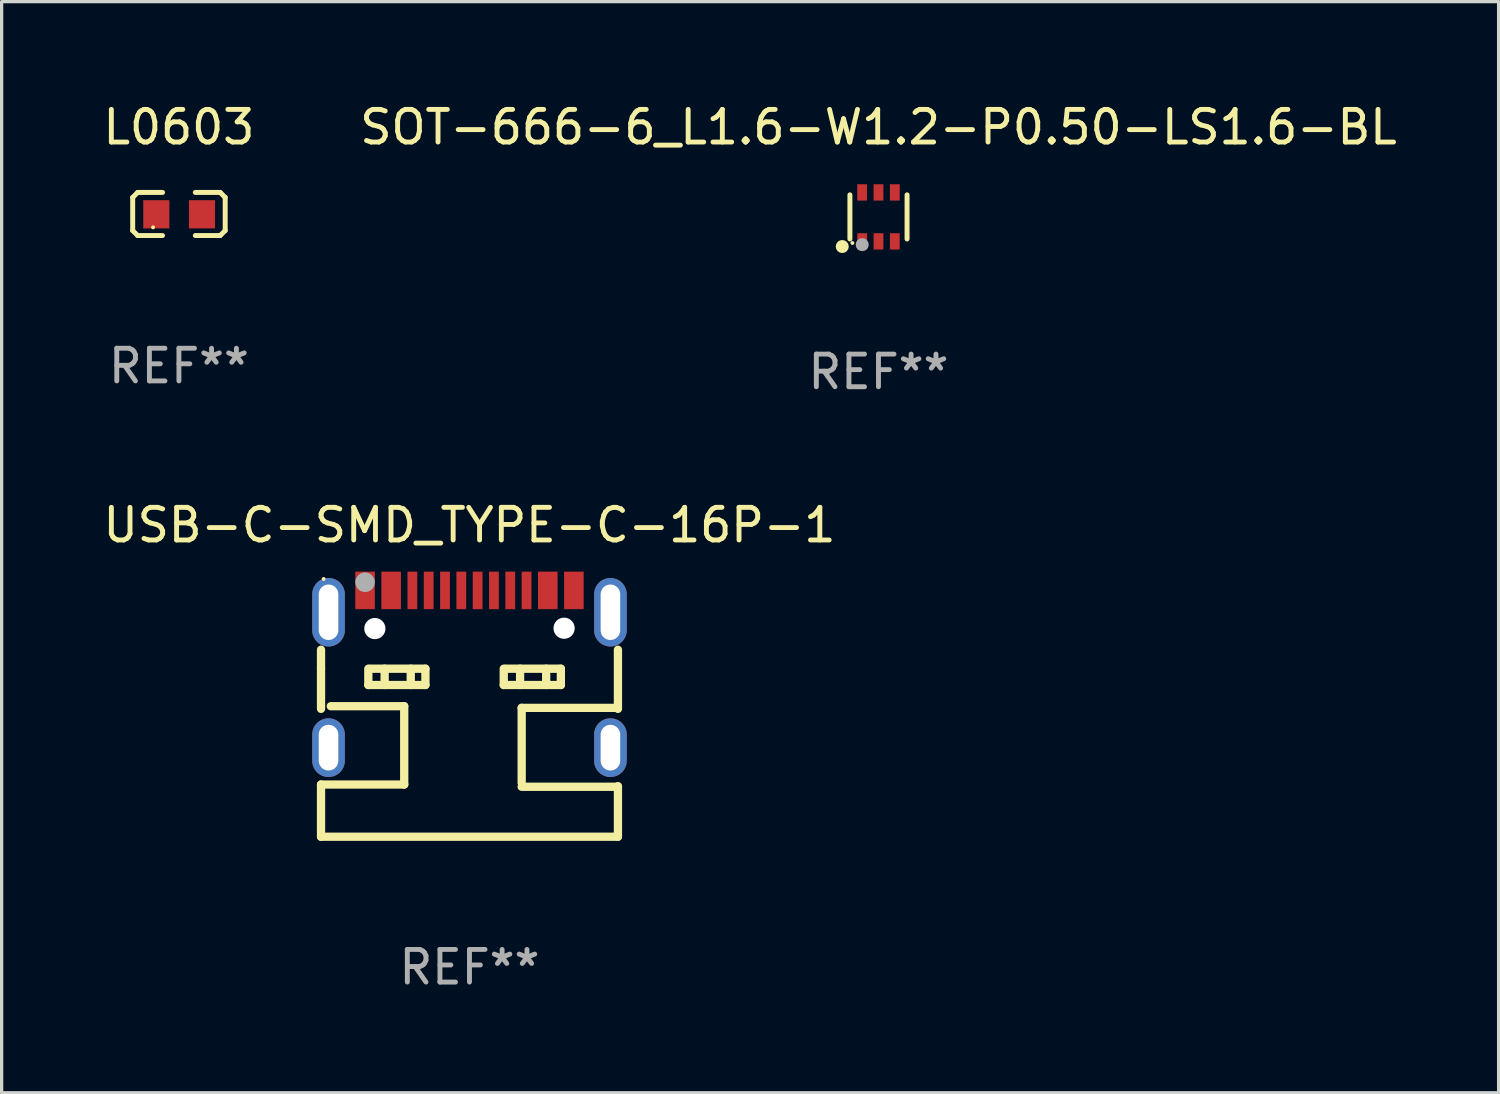
<source format=kicad_pcb>
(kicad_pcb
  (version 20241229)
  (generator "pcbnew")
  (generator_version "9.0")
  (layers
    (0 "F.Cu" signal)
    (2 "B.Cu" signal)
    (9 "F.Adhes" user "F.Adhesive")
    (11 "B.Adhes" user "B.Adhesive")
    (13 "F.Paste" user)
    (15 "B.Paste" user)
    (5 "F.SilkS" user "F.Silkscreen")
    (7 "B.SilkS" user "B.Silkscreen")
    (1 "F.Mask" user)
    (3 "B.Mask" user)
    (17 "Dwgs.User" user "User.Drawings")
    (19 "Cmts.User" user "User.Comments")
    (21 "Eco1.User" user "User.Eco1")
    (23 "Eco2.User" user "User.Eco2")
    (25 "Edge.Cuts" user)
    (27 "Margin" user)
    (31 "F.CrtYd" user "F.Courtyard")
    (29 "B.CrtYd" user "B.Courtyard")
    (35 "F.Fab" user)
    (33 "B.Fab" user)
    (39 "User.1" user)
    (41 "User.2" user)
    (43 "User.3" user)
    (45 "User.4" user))
  (footprint "L0603"
    (layer "F.Cu")
    (at 2.441 3.518)
    (property "Reference" "L0603" (at -0.007 -2.67 0) (layer "F.SilkS") (effects (font (size 1 1) (thickness 0.15))))
    (attr smd)
    (fp_line (start -1.424 -0.517) (end -1.272 -0.67) (stroke (width 0.152) (type solid)) (layer "F.SilkS"))
    (fp_line (start -1.424 0.499) (end -1.424 -0.517) (stroke (width 0.152) (type solid)) (layer "F.SilkS"))
    (fp_line (start -1.272 -0.67) (end -0.51 -0.67) (stroke (width 0.152) (type solid)) (layer "F.SilkS"))
    (fp_line (start -1.272 0.651) (end -1.424 0.499) (stroke (width 0.152) (type solid)) (layer "F.SilkS"))
    (fp_line (start -1.272 0.651) (end -0.51 0.651) (stroke (width 0.152) (type solid)) (layer "F.SilkS"))
    (fp_line (start 1.258 -0.67) (end 0.496 -0.67) (stroke (width 0.152) (type solid)) (layer "F.SilkS"))
    (fp_line (start 1.258 -0.67) (end 1.411 -0.517) (stroke (width 0.152) (type solid)) (layer "F.SilkS"))
    (fp_line (start 1.258 0.651) (end 0.496 0.651) (stroke (width 0.152) (type solid)) (layer "F.SilkS"))
    (fp_line (start 1.411 -0.517) (end 1.411 0.499) (stroke (width 0.152) (type solid)) (layer "F.SilkS"))
    (fp_line (start 1.411 0.499) (end 1.258 0.651) (stroke (width 0.152) (type solid)) (layer "F.SilkS"))
    (fp_circle (center -0.8 0.4) (end -0.77 0.4) (stroke (width 0.06) (type solid)) (fill no) (layer "F.SilkS"))
    (fp_text user "REF**" (at -0.007 4.651 0) (layer "F.Fab") (effects (font (size 1 1) (thickness 0.15))))
    (pad "1" smd rect (at -0.7 0 180) (size 0.8 0.864) (layers "F.Cu" "F.Mask" "F.Paste"))
    (pad "2" smd rect (at 0.7 0 180) (size 0.8 0.864) (layers "F.Cu" "F.Mask" "F.Paste")))
  (footprint "SOT-666-6_L1.6-W1.2-P0.50-LS1.6-BL"
    (layer "F.Cu")
    (at 23.875 3.598)
    (property "Reference" "SOT-666-6_L1.6-W1.2-P0.50-LS1.6-BL" (at -0.000127 -2.75 0) (layer "F.SilkS") (effects (font (size 1 1) (thickness 0.15))))
    (attr smd)
    (fp_line (start -0.876 0.676) (end -0.876 -0.676) (stroke (width 0.152) (type solid)) (layer "F.SilkS"))
    (fp_line (start 0.876 0.676) (end 0.876 -0.676) (stroke (width 0.152) (type solid)) (layer "F.SilkS"))
    (fp_circle (center -1.111 0.908) (end -1.011 0.908) (stroke (width 0.2) (type solid)) (fill no) (layer "F.SilkS"))
    (fp_circle (center -0.8 0.8) (end -0.77 0.8) (stroke (width 0.06) (type solid)) (fill no) (layer "F.SilkS"))
    (fp_circle (center -0.499 0.85) (end -0.399 0.85) (stroke (width 0.2) (type solid)) (fill no) (layer "F.Fab"))
    (fp_text user "REF**" (at -0.000127 4.75 0) (layer "F.Fab") (effects (font (size 1 1) (thickness 0.15))))
    (pad "1" smd rect (at -0.5 0.75) (size 0.3 0.5) (layers "F.Cu" "F.Mask" "F.Paste"))
    (pad "2" smd rect (at -0.000127 0.75) (size 0.3 0.5) (layers "F.Cu" "F.Mask" "F.Paste"))
    (pad "3" smd rect (at 0.5 0.75) (size 0.3 0.5) (layers "F.Cu" "F.Mask" "F.Paste"))
    (pad "4" smd rect (at 0.5 -0.75) (size 0.3 0.5) (layers "F.Cu" "F.Mask" "F.Paste"))
    (pad "5" smd rect (at -0.000127 -0.75) (size 0.3 0.5) (layers "F.Cu" "F.Mask" "F.Paste"))
    (pad "6" smd rect (at -0.5 -0.75) (size 0.3 0.5) (layers "F.Cu" "F.Mask" "F.Paste")))
  (footprint "USB-C-SMD_TYPE-C-16P-1"
    (layer "F.Cu")
    (at 11.339 17.455)
    (property "Reference" "USB-C-SMD_TYPE-C-16P-1" (at -0.000038 -4.41 0) (layer "F.SilkS") (effects (font (size 1 1) (thickness 0.15))))
    (attr through_hole)
    (fp_line (start -4.55 -0.01) (end -4.55 -0.591) (stroke (width 0.254) (type solid)) (layer "F.SilkS"))
    (fp_line (start -4.55 -0.01) (end -4.55 1.221) (stroke (width 0.254) (type solid)) (layer "F.SilkS"))
    (fp_line (start -4.55 3.54) (end -4.55 5.14) (stroke (width 0.254) (type solid)) (layer "F.SilkS"))
    (fp_line (start -4.55 5.14) (end 4.55 5.14) (stroke (width 0.254) (type solid)) (layer "F.SilkS"))
    (fp_line (start -4.25 1.14) (end -2 1.14) (stroke (width 0.254) (type solid)) (layer "F.SilkS"))
    (fp_line (start -3.1 -0.01) (end -3.1 0.49) (stroke (width 0.254) (type solid)) (layer "F.SilkS"))
    (fp_line (start -3.1 0.49) (end -1.35 0.49) (stroke (width 0.254) (type solid)) (layer "F.SilkS"))
    (fp_line (start -2.6 -0.01) (end -2.6 0.49) (stroke (width 0.254) (type solid)) (layer "F.SilkS"))
    (fp_line (start -2 1.14) (end -2 3.54) (stroke (width 0.254) (type solid)) (layer "F.SilkS"))
    (fp_line (start -2 3.54) (end -4.55 3.54) (stroke (width 0.254) (type solid)) (layer "F.SilkS"))
    (fp_line (start -1.8 -0.01) (end -1.8 0.49) (stroke (width 0.254) (type solid)) (layer "F.SilkS"))
    (fp_line (start -1.35 -0.01) (end -3.05 -0.01) (stroke (width 0.254) (type solid)) (layer "F.SilkS"))
    (fp_line (start -1.35 0.49) (end -1.35 -0.01) (stroke (width 0.254) (type solid)) (layer "F.SilkS"))
    (fp_line (start 1.051 -0.01) (end 1.051 0.49) (stroke (width 0.254) (type solid)) (layer "F.SilkS"))
    (fp_line (start 1.051 0.49) (end 2.801 0.49) (stroke (width 0.254) (type solid)) (layer "F.SilkS"))
    (fp_line (start 1.551 -0.01) (end 1.551 0.49) (stroke (width 0.254) (type solid)) (layer "F.SilkS"))
    (fp_line (start 1.6 1.19) (end 1.6 3.489) (stroke (width 0.254) (type solid)) (layer "F.SilkS"))
    (fp_line (start 1.6 1.19) (end 4.55 1.19) (stroke (width 0.254) (type solid)) (layer "F.SilkS"))
    (fp_line (start 2.351 -0.01) (end 2.351 0.49) (stroke (width 0.254) (type solid)) (layer "F.SilkS"))
    (fp_line (start 2.801 -0.01) (end 1.101 -0.01) (stroke (width 0.254) (type solid)) (layer "F.SilkS"))
    (fp_line (start 2.801 0.49) (end 2.801 -0.01) (stroke (width 0.254) (type solid)) (layer "F.SilkS"))
    (fp_line (start 4.55 1.221) (end 4.55 -0.591) (stroke (width 0.254) (type solid)) (layer "F.SilkS"))
    (fp_line (start 4.55 3.609) (end 1.6 3.609) (stroke (width 0.254) (type solid)) (layer "F.SilkS"))
    (fp_line (start 4.55 5.14) (end 4.55 3.59) (stroke (width 0.254) (type solid)) (layer "F.SilkS"))
    (fp_circle (center -4.47 -2.76) (end -4.44 -2.76) (stroke (width 0.06) (type solid)) (fill no) (layer "F.SilkS"))
    (fp_circle (center -3.2 -2.66) (end -3.05 -2.66) (stroke (width 0.3) (type solid)) (fill no) (layer "F.Fab"))
    (fp_circle (center -2.89 -1.24) (end -2.79 -1.24) (stroke (width 0.2) (type solid)) (fill no) (layer "F.Fab"))
    (fp_circle (center 2.89 -1.24) (end 2.99 -1.24) (stroke (width 0.2) (type solid)) (fill no) (layer "F.Fab"))
    (fp_text user "REF**" (at -0.000038 9.14 0) (layer "F.Fab") (effects (font (size 1 1) (thickness 0.15))))
    (pad "" np_thru_hole circle (at -2.9 -1.24) (size 0.65 0.65) (drill 0.65) (layers "*.Cu" "*.Mask"))
    (pad "" np_thru_hole circle (at 2.9 -1.25) (size 0.65 0.65) (drill 0.65) (layers "*.Cu" "*.Mask"))
    (pad "A1B12" smd rect (at -3.2 -2.41) (size 0.6 1.15) (layers "F.Cu" "F.Mask" "F.Paste"))
    (pad "A4B9" smd rect (at -2.4 -2.41) (size 0.6 1.15) (layers "F.Cu" "F.Mask" "F.Paste"))
    (pad "A5" smd rect (at -1.25 -2.41) (size 0.3 1.15) (layers "F.Cu" "F.Mask" "F.Paste"))
    (pad "A6" smd rect (at -0.25 -2.41) (size 0.3 1.15) (layers "F.Cu" "F.Mask" "F.Paste"))
    (pad "A7" smd rect (at 0.25 -2.41) (size 0.3 1.15) (layers "F.Cu" "F.Mask" "F.Paste"))
    (pad "A8" smd rect (at 1.25 -2.41) (size 0.3 1.15) (layers "F.Cu" "F.Mask" "F.Paste"))
    (pad "B1A12" smd rect (at 3.2 -2.41) (size 0.6 1.15) (layers "F.Cu" "F.Mask" "F.Paste"))
    (pad "B4A9" smd rect (at 2.4 -2.41) (size 0.6 1.15) (layers "F.Cu" "F.Mask" "F.Paste"))
    (pad "B5" smd rect (at 1.75 -2.41) (size 0.3 1.15) (layers "F.Cu" "F.Mask" "F.Paste"))
    (pad "B6" smd rect (at 0.75 -2.41) (size 0.3 1.15) (layers "F.Cu" "F.Mask" "F.Paste"))
    (pad "B7" smd rect (at -0.75 -2.41) (size 0.3 1.15) (layers "F.Cu" "F.Mask" "F.Paste"))
    (pad "B8" smd rect (at -1.75 -2.41) (size 0.3 1.15) (layers "F.Cu" "F.Mask" "F.Paste"))
    (pad "EP" thru_hole oval (at -4.32 -1.74) (size 1 2.1) (drill oval 0.6 1.7) (layers "*.Cu" "*.Mask"))
    (pad "EP" thru_hole oval (at -4.32 2.41) (size 1 1.8) (drill oval 0.6 1.4) (layers "*.Cu" "*.Mask"))
    (pad "EP" thru_hole oval (at 4.32 -1.74) (size 1 2.1) (drill oval 0.6 1.7) (layers "*.Cu" "*.Mask"))
    (pad "EP" thru_hole oval (at 4.32 2.41) (size 1 1.8) (drill oval 0.6 1.4) (layers "*.Cu" "*.Mask")))
  (gr_rect
    (start -3 -3)
    (end 42.881 30.443)
    (stroke (width 0.1) (type default))
    (fill no)
    (layer "Edge.Cuts")))
</source>
